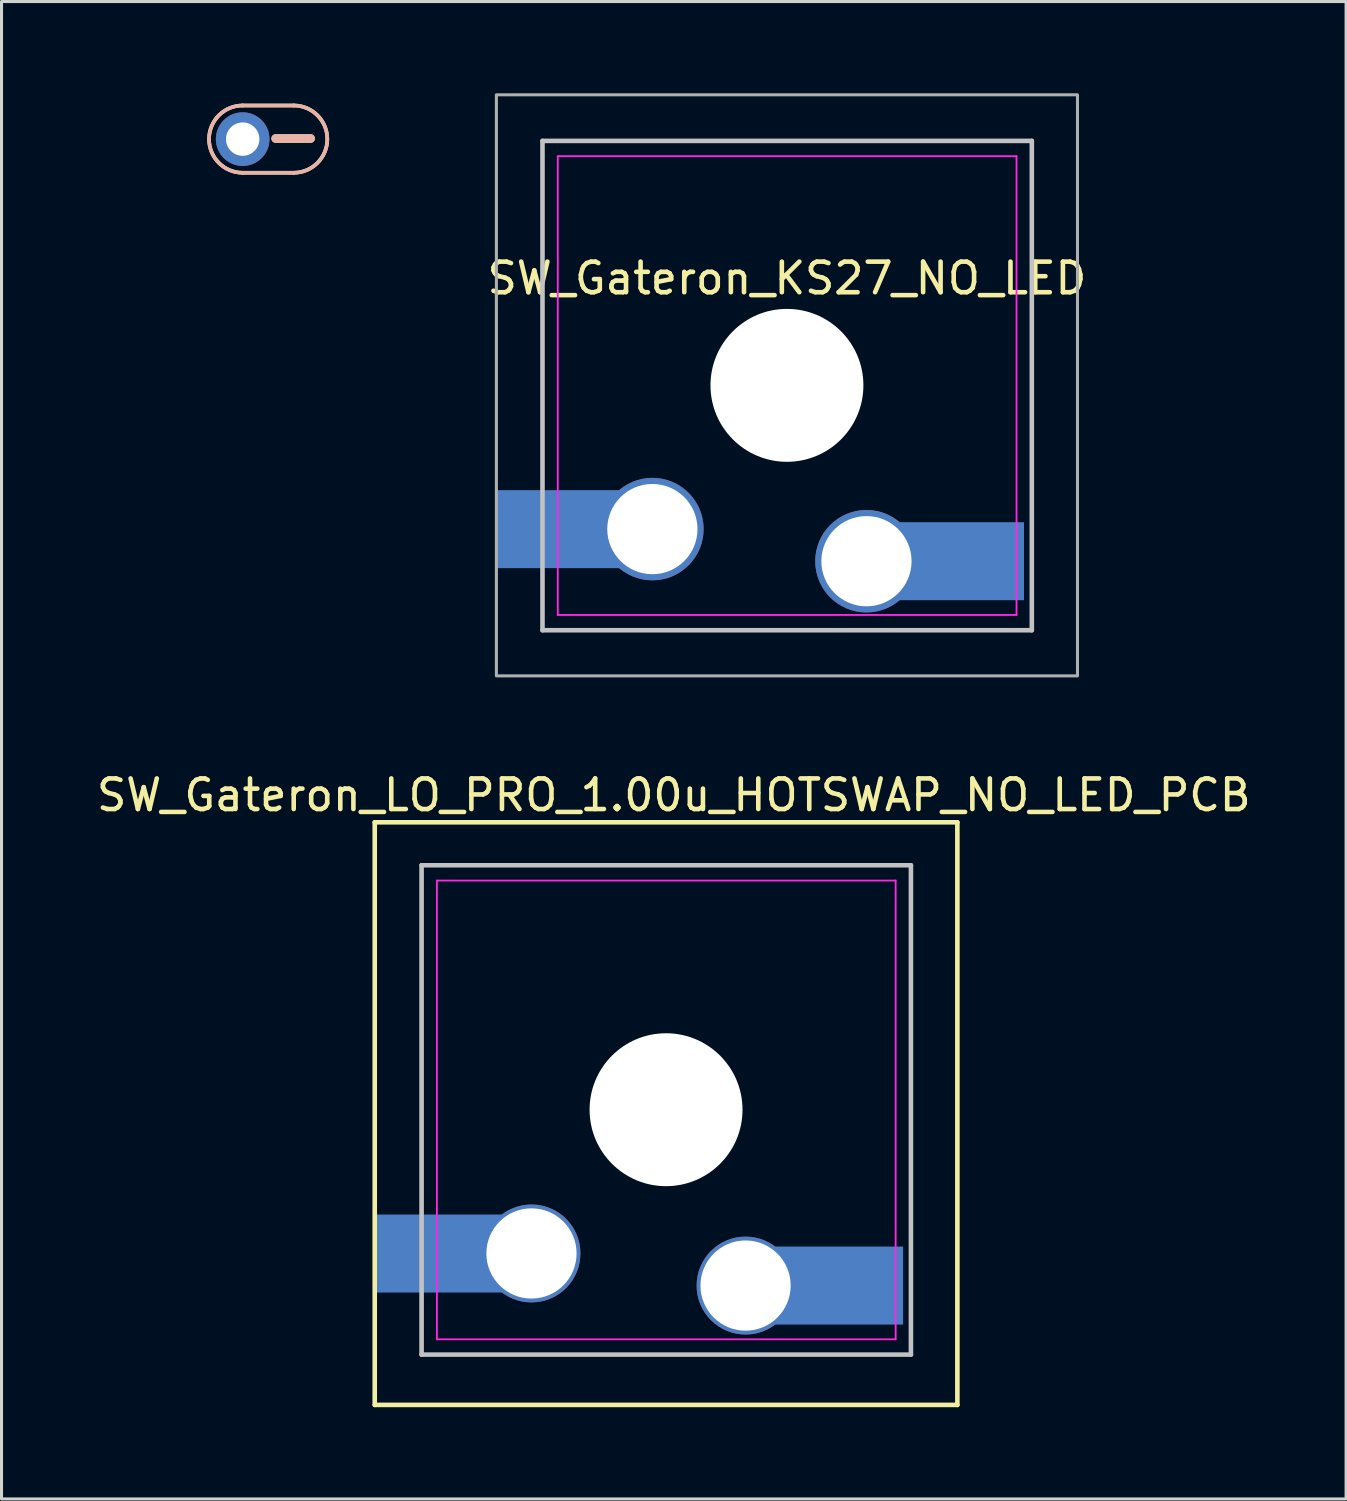
<source format=kicad_pcb>
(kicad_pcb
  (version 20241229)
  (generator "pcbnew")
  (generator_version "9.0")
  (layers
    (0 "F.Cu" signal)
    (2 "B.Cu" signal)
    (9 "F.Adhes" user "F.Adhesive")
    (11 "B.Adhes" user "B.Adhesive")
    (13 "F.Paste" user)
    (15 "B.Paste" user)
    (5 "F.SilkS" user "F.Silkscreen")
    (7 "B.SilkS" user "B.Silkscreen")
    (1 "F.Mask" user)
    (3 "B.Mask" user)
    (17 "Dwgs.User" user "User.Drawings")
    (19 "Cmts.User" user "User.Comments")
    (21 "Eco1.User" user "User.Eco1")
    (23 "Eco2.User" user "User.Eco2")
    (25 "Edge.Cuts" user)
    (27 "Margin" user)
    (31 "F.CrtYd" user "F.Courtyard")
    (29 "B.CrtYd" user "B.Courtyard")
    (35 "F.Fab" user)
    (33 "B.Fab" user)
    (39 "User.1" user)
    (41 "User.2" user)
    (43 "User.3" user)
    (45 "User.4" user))
  (footprint "1pin_battery_v2"
    (layer "F.Cu")
    (at 4.885 1.499)
    (property "Reference" "1pin_battery_v2" (at 0 1.143 0) (layer "User.1") (effects (font (size 0.813 0.813) (thickness 0.15))))
    (attr through_hole)
    (fp_line (start 0 -1.1) (end 1.667 -1.1) (stroke (width 0.12) (type solid)) (layer "F.SilkS"))
    (fp_line (start 0 1.1) (end 1.667 1.1) (stroke (width 0.12) (type solid)) (layer "F.SilkS"))
    (fp_arc (start 0 1.1) (mid -1.1 0) (end 0 -1.1) (stroke (width 0.12) (type solid)) (layer "F.SilkS"))
    (fp_arc (start 1.667 -1.1) (mid 2.767 0) (end 1.667 1.1) (stroke (width 0.12) (type solid)) (layer "F.SilkS"))
    (fp_line (start 1.667 -1.1) (end 0 -1.1) (stroke (width 0.12) (type solid)) (layer "B.SilkS"))
    (fp_line (start 1.667 1.1) (end 0 1.1) (stroke (width 0.12) (type solid)) (layer "B.SilkS"))
    (fp_arc (start 0 1.1) (mid -1.1 0) (end 0 -1.1) (stroke (width 0.12) (type solid)) (layer "B.SilkS"))
    (fp_arc (start 1.667 -1.1) (mid 2.767 0) (end 1.667 1.1) (stroke (width 0.12) (type solid)) (layer "B.SilkS"))
    (fp_text user "-" (at 1.651 -0.127 0) (unlocked yes) (layer "F.SilkS") (effects (font (size 1.5 1.5) (thickness 0.28))))
    (fp_text user "-" (at 1.648 -0.13 0) (unlocked yes) (layer "B.SilkS") (effects (font (size 1.5 1.5) (thickness 0.28)) (justify mirror)))
    (pad "1" thru_hole circle (at 0 0) (size 1.753 1.753) (drill 1.092) (layers "*.Cu" "*.Mask")))
  (footprint "SW_Gateron_LO_PRO_1.00u_HOTSWAP_NO_LED_PCB"
    (layer "F.Cu")
    (at 18.728 33.235)
    (property "Reference" "SW_Gateron_LO_PRO_1.00u_HOTSWAP_NO_LED_PCB" (at 0.254 -10.287 0) (layer "F.SilkS") (effects (font (size 1 1) (thickness 0.15))))
    (attr through_hole)
    (fp_line (start -9.525 -9.398) (end 9.525 -9.398) (stroke (width 0.15) (type solid)) (layer "F.SilkS"))
    (fp_line (start -9.525 9.652) (end -9.525 -9.398) (stroke (width 0.15) (type solid)) (layer "F.SilkS"))
    (fp_line (start 9.525 -9.398) (end 9.525 9.652) (stroke (width 0.15) (type solid)) (layer "F.SilkS"))
    (fp_line (start 9.525 9.652) (end -9.525 9.652) (stroke (width 0.15) (type solid)) (layer "F.SilkS"))
    (fp_line (start -7.993 8.007) (end -7.993 -7.993) (stroke (width 0.15) (type solid)) (layer "Dwgs.User"))
    (fp_line (start 8.007 -7.993) (end -7.993 -7.993) (stroke (width 0.15) (type solid)) (layer "Dwgs.User"))
    (fp_line (start 8.007 8.007) (end -7.993 8.007) (stroke (width 0.15) (type solid)) (layer "Dwgs.User"))
    (fp_line (start 8.007 8.007) (end 8.007 -7.993) (stroke (width 0.15) (type solid)) (layer "Dwgs.User"))
    (fp_line (start -7.493 -7.493) (end 7.507 -7.493) (stroke (width 0.06) (type solid)) (layer "F.CrtYd"))
    (fp_line (start -7.493 7.507) (end -7.493 -7.493) (stroke (width 0.06) (type solid)) (layer "F.CrtYd"))
    (fp_line (start 7.507 -7.493) (end 7.507 7.507) (stroke (width 0.06) (type solid)) (layer "F.CrtYd"))
    (fp_line (start 7.507 7.507) (end -7.493 7.507) (stroke (width 0.06) (type solid)) (layer "F.CrtYd"))
    (pad "" np_thru_hole circle (at 0 0) (size 5 5) (drill 5) (layers "*.Cu" "*.Mask"))
    (pad "1" smd rect (at -7.178 4.702) (size 4.704 2.55) (layers "B.Cu" "B.Mask" "B.Paste"))
    (pad "1" thru_hole circle (at -4.4 4.7 90) (size 3.2 3.2) (drill 2.95) (layers "*.Cu" "B.Mask"))
    (pad "2" thru_hole circle (at 2.6 5.75) (size 3.2 3.2) (drill 2.95) (layers "*.Cu" "B.Mask"))
    (pad "2" smd rect (at 5.273 5.75) (size 4.958 2.55) (layers "B.Cu" "B.Mask" "B.Paste")))
  (footprint "SW_Gateron_KS27_NO_LED"
    (layer "F.Cu")
    (at 22.681 9.55)
    (property "Reference" "SW_Gateron_KS27_NO_LED" (at 0 -3.5 0) (layer "F.SilkS") (effects (font (size 1 1) (thickness 0.15))))
    (attr through_hole)
    (fp_line (start -7.993 8.007) (end -7.993 -7.993) (stroke (width 0.15) (type solid)) (layer "Dwgs.User"))
    (fp_line (start 8.007 -7.993) (end -7.993 -7.993) (stroke (width 0.15) (type solid)) (layer "Dwgs.User"))
    (fp_line (start 8.007 8.007) (end -7.993 8.007) (stroke (width 0.15) (type solid)) (layer "Dwgs.User"))
    (fp_line (start 8.007 8.007) (end 8.007 -7.993) (stroke (width 0.15) (type solid)) (layer "Dwgs.User"))
    (fp_line (start -7.493 -7.493) (end 7.507 -7.493) (stroke (width 0.06) (type solid)) (layer "F.CrtYd"))
    (fp_line (start -7.493 7.507) (end -7.493 -7.493) (stroke (width 0.06) (type solid)) (layer "F.CrtYd"))
    (fp_line (start 7.507 -7.493) (end 7.507 7.507) (stroke (width 0.06) (type solid)) (layer "F.CrtYd"))
    (fp_line (start 7.507 7.507) (end -7.493 7.507) (stroke (width 0.06) (type solid)) (layer "F.CrtYd"))
    (fp_rect (start -9.5 -9.5) (end 9.5 9.5) (stroke (width 0.1) (type default)) (fill no) (layer "F.Fab"))
    (pad "" np_thru_hole circle (at 0 0) (size 5 5) (drill 5) (layers "*.Cu" "*.Mask"))
    (pad "1" smd rect (at -7.178 4.702) (size 4.704 2.55) (layers "B.Cu" "B.Mask" "B.Paste"))
    (pad "1" thru_hole circle (at -4.4 4.7 90) (size 3.35 3.35) (drill 2.95) (layers "*.Cu" "B.Mask"))
    (pad "2" thru_hole circle (at 2.6 5.75) (size 3.35 3.35) (drill 2.95) (layers "*.Cu" "B.Mask"))
    (pad "2" smd rect (at 5.273 5.75) (size 4.958 2.55) (layers "B.Cu" "B.Mask" "B.Paste")))
  (gr_rect
    (start -3 -3)
    (end 40.964 45.962)
    (stroke (width 0.1) (type default))
    (fill no)
    (layer "Edge.Cuts")))
</source>
